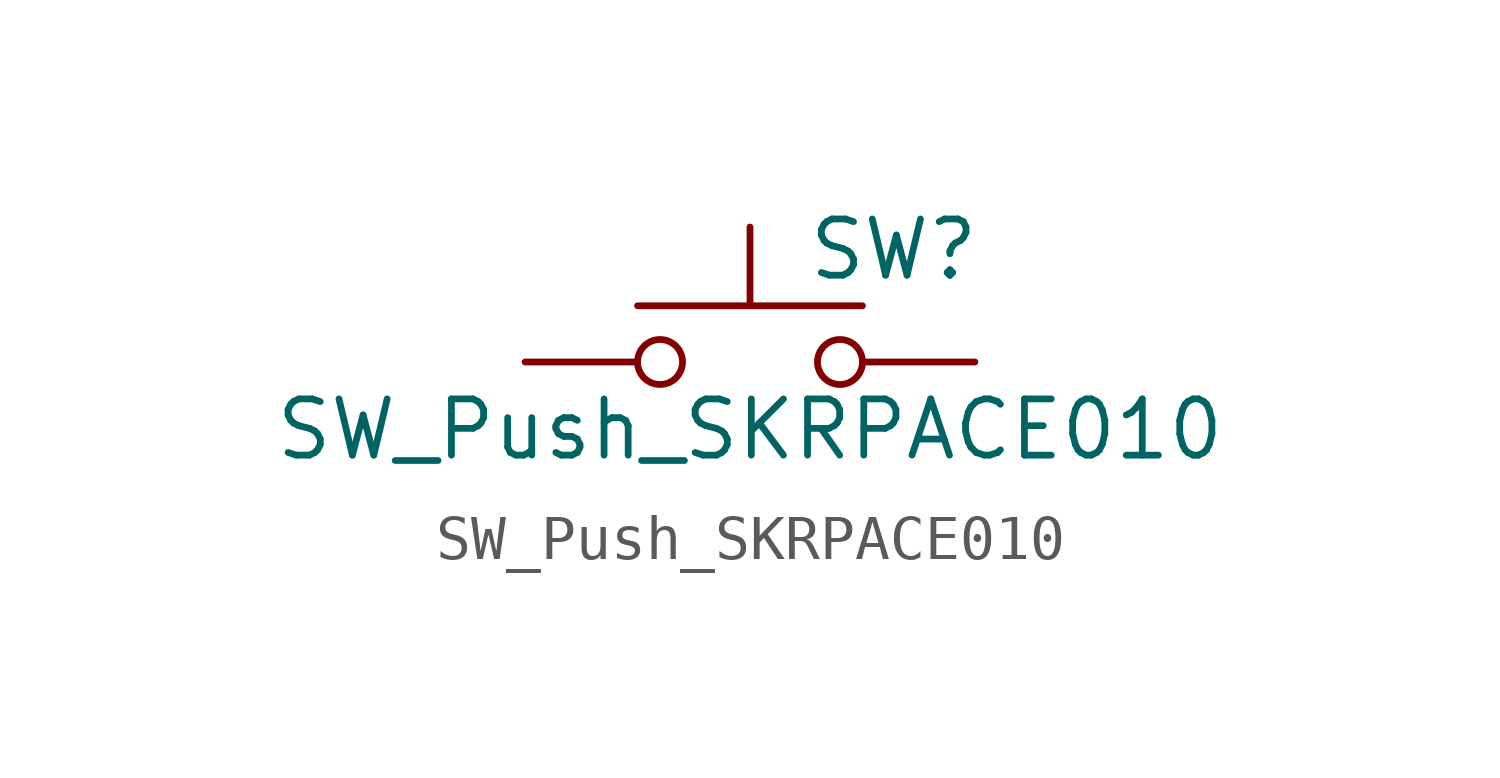
<source format=kicad_sym>
(kicad_symbol_lib
  (version 20200126)
  (host kicad_symbol_editor "5.99.0-unknown-r19130-2af6d01f")
  (symbol "SW_PUSH_SKRPACE010:SW_Push_SKRPACE010"
    (pin_numbers hide)
    (pin_names hide)
    (property "Reference" "SW"
      (at 1.27 2.54 0)
      (effects (font (size 1.27 1.27)) (justify left)))
    (property "Value" "SW_Push_SKRPACE010"
      (at 0 -1.524 0)
      (effects (font (size 1.27 1.27))))
    (symbol "SW_Push_SKRPACE010_0_1"
      (circle (center -2.032 0) (radius 0.508) (stroke (width 0)) (fill (type none)))
      (circle (center 2.032 0) (radius 0.508) (stroke (width 0)) (fill (type none)))
      (polyline (pts (xy 0 1.27) (xy 0 3.048)) (stroke (width 0)) (fill (type none)))
      (polyline (pts (xy 2.54 1.27) (xy -2.54 1.27)) (stroke (width 0)) (fill (type none)))
      (pin passive line (at -5.08 0 0) (length 2.54) (name "1" (effects (font (size 1.27 1.27)))) (number "1" (effects (font (size 1.27 1.27)))))
      (pin passive line (at 5.08 0 180) (length 2.54) (name "4" (effects (font (size 1.27 1.27)))) (number "4" (effects (font (size 1.27 1.27)))))
      (pin passive line (at -5.08 0 0) (length 2.54) hide (name "2" (effects (font (size 1.27 1.27)))) (number "2" (effects (font (size 1.27 1.27)))))
      (pin passive line (at 5.08 0 180) (length 2.54) hide (name "3" (effects (font (size 1.27 1.27)))) (number "3" (effects (font (size 1.27 1.27))))))))
</source>
